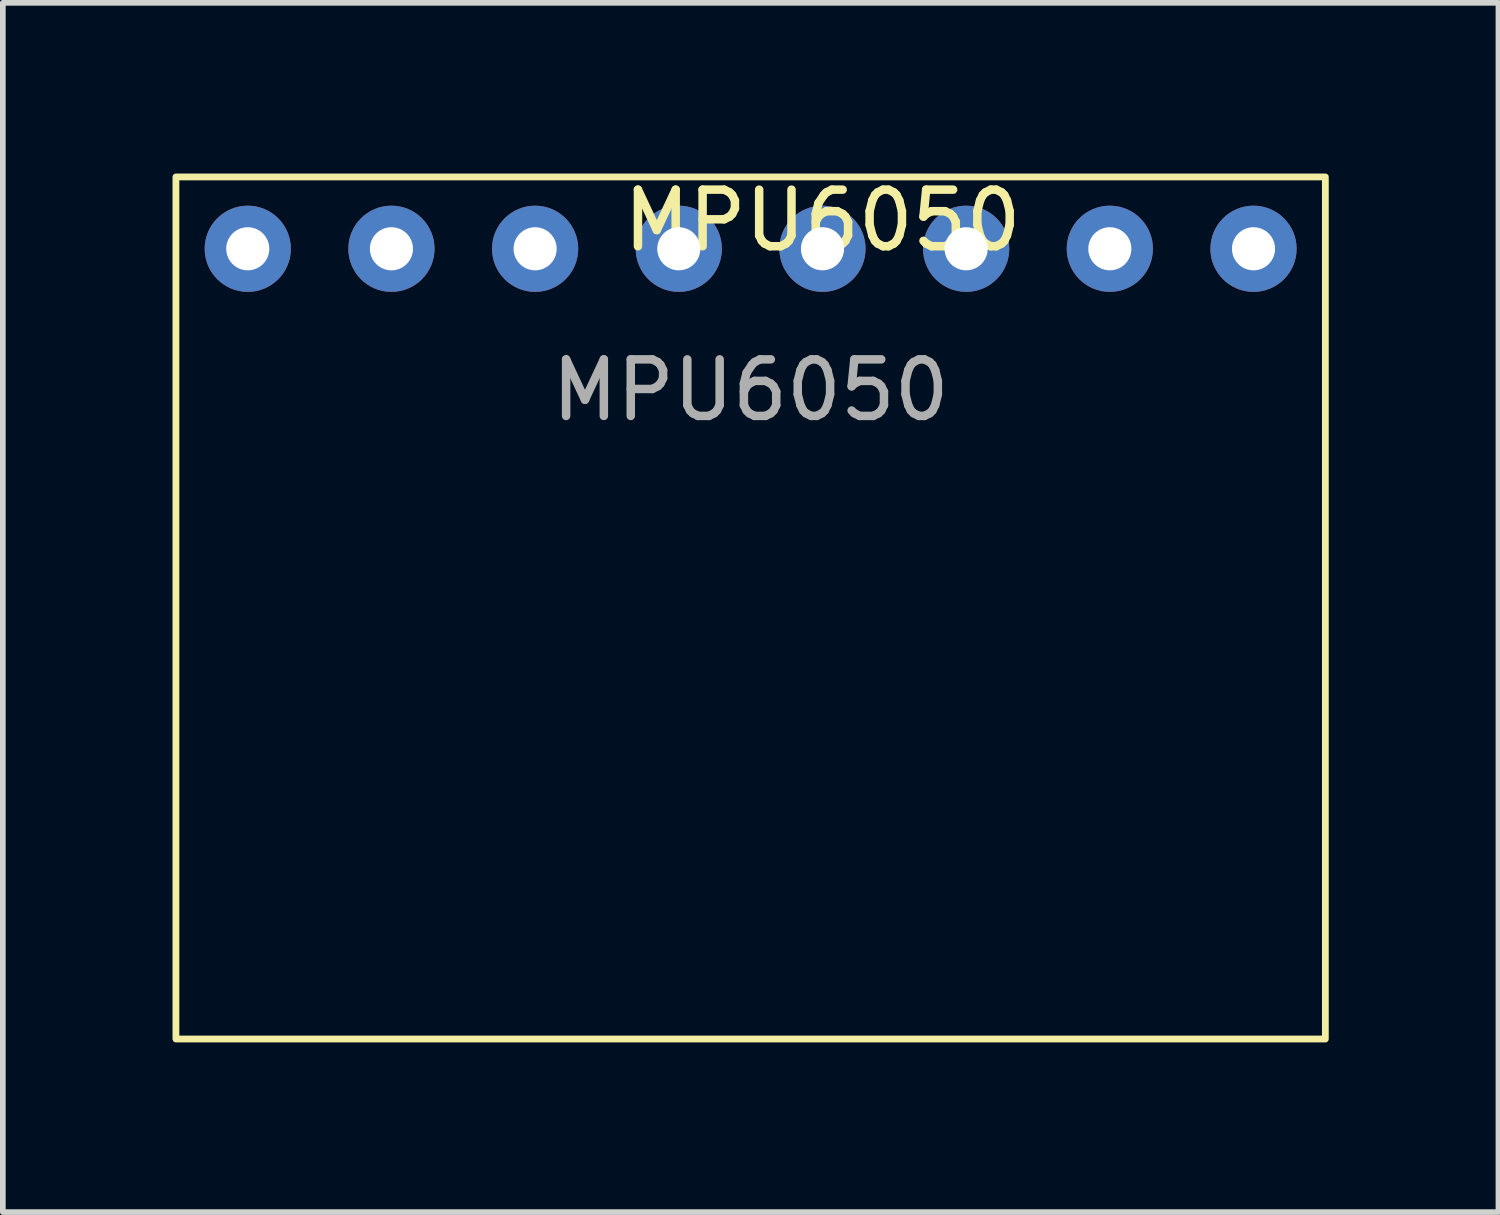
<source format=kicad_pcb>
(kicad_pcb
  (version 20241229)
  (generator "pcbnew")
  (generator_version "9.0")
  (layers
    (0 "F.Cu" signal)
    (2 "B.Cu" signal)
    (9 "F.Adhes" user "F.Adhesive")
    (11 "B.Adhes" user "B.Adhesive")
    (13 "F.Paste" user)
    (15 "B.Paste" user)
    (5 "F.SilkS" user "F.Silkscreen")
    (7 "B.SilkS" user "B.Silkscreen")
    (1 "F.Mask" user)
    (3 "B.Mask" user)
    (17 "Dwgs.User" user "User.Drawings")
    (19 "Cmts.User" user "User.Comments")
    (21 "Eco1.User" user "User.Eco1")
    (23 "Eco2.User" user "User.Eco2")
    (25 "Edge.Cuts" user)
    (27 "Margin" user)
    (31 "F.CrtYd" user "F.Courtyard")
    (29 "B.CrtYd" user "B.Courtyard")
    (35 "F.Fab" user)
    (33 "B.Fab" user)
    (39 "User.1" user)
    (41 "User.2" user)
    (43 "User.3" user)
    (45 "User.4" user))
  (footprint "MPU6050"
    (layer "F.Cu")
    (at 10.22 1.348)
    (property "Reference" "MPU6050" (at 1.27 -0.5 0) (unlocked yes) (layer "F.SilkS") (effects (font (size 1 1) (thickness 0.15))))
    (attr through_hole)
    (fp_rect (start -10.16 -1.27) (end 10.16 13.97) (stroke (width 0.12) (type default)) (fill no) (layer "F.SilkS"))
    (fp_text user "${REFERENCE}" (at 0 2.5 0) (unlocked yes) (layer "F.Fab") (effects (font (size 1 1) (thickness 0.15))))
    (pad "1" thru_hole circle (at 8.89 0) (size 1.524 1.524) (drill 0.762) (layers "*.Cu" "*.Mask"))
    (pad "2" thru_hole circle (at 6.35 0) (size 1.524 1.524) (drill 0.762) (layers "*.Cu" "*.Mask"))
    (pad "3" thru_hole circle (at 3.81 0) (size 1.524 1.524) (drill 0.762) (layers "*.Cu" "*.Mask"))
    (pad "4" thru_hole circle (at 1.27 0) (size 1.524 1.524) (drill 0.762) (layers "*.Cu" "*.Mask"))
    (pad "5" thru_hole circle (at -1.27 0) (size 1.524 1.524) (drill 0.762) (layers "*.Cu" "*.Mask"))
    (pad "6" thru_hole circle (at -3.81 0) (size 1.524 1.524) (drill 0.762) (layers "*.Cu" "*.Mask"))
    (pad "7" thru_hole circle (at -6.35 0) (size 1.524 1.524) (drill 0.762) (layers "*.Cu" "*.Mask"))
    (pad "8" thru_hole circle (at -8.89 0) (size 1.524 1.524) (drill 0.762) (layers "*.Cu" "*.Mask")))
  (gr_rect
    (start -3 -3)
    (end 23.44 18.378)
    (stroke (width 0.1) (type default))
    (fill no)
    (layer "Edge.Cuts")))
</source>
